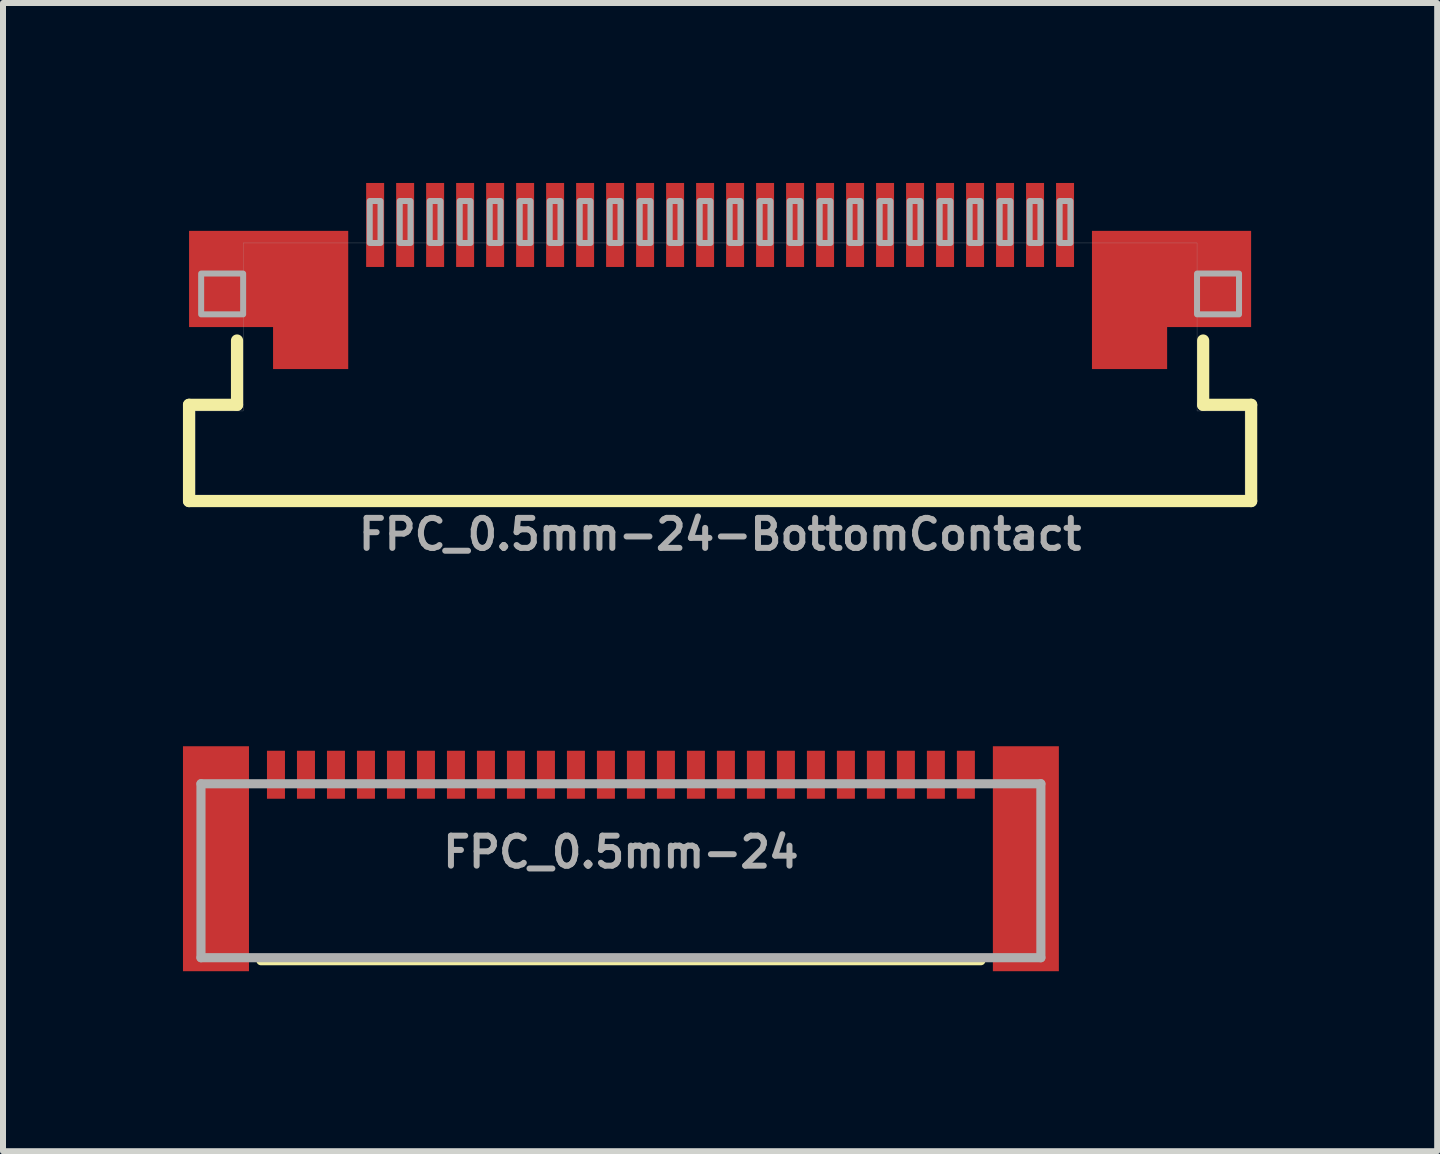
<source format=kicad_pcb>
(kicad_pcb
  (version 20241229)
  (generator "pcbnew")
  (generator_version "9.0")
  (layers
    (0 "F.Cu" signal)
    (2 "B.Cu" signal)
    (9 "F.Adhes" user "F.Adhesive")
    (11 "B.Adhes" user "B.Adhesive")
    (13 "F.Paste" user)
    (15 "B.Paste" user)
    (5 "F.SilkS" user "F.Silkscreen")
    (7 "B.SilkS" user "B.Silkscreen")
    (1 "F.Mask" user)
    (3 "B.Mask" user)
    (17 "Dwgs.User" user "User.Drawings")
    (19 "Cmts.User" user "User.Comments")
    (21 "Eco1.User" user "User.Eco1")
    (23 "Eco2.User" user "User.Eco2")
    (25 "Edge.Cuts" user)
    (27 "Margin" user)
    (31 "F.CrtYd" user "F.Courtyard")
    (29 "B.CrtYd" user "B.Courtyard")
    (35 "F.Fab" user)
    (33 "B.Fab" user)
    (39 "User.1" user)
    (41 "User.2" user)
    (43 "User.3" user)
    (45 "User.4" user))
  (footprint "FPC_0.5mm-24-BottomContact"
    (layer "F.Cu")
    (at 8.953 3.1)
    (property "Reference" "FPC_0.5mm-24-BottomContact" (at 0.001 2.464 0) (unlocked yes) (layer "F.Fab") (effects (font (size 0.5 0.5) (thickness 0.1)) (justify top)))
    (attr smd)
    (fp_line (start -8.852 0.598) (end -8.852 2.202) (stroke (width 0.203) (type solid)) (layer "F.SilkS"))
    (fp_line (start -8.852 2.202) (end 8.852 2.202) (stroke (width 0.203) (type solid)) (layer "F.SilkS"))
    (fp_line (start -8.052 -0.474) (end -8.052 0.598) (stroke (width 0.203) (type solid)) (layer "F.SilkS"))
    (fp_line (start -8.052 0.598) (end -8.852 0.598) (stroke (width 0.203) (type solid)) (layer "F.SilkS"))
    (fp_line (start 8.052 -0.474) (end 8.052 0.598) (stroke (width 0.203) (type solid)) (layer "F.SilkS"))
    (fp_line (start 8.052 0.598) (end 8.852 0.598) (stroke (width 0.203) (type solid)) (layer "F.SilkS"))
    (fp_line (start 8.852 0.598) (end 8.852 2.202) (stroke (width 0.203) (type solid)) (layer "F.SilkS"))
    (fp_line (start -8.75 0.7) (end -8.75 2.1) (stroke (width 0.003) (type solid)) (layer "F.Fab"))
    (fp_line (start -8.75 2.1) (end 8.75 2.1) (stroke (width 0.003) (type solid)) (layer "F.Fab"))
    (fp_line (start -7.95 -2.1) (end -7.95 0.7) (stroke (width 0.003) (type solid)) (layer "F.Fab"))
    (fp_line (start -7.95 0.7) (end -8.75 0.7) (stroke (width 0.003) (type solid)) (layer "F.Fab"))
    (fp_line (start 7.95 -2.1) (end -7.95 -2.1) (stroke (width 0.003) (type solid)) (layer "F.Fab"))
    (fp_line (start 7.95 0.7) (end 7.95 -2.1) (stroke (width 0.003) (type solid)) (layer "F.Fab"))
    (fp_line (start 8.75 0.7) (end 7.95 0.7) (stroke (width 0.003) (type solid)) (layer "F.Fab"))
    (fp_line (start 8.75 2.1) (end 8.75 0.7) (stroke (width 0.003) (type solid)) (layer "F.Fab"))
    (fp_poly (pts (xy -8.65 -0.91) (xy -7.95 -0.91) (xy -7.95 -1.59) (xy -8.65 -1.59)) (stroke (width 0.1) (type default)) (fill no) (layer "F.Fab"))
    (fp_poly (pts (xy -5.84 -2.1) (xy -5.66 -2.1) (xy -5.66 -2.8) (xy -5.84 -2.8)) (stroke (width 0.1) (type default)) (fill no) (layer "F.Fab"))
    (fp_poly (pts (xy -5.34 -2.1) (xy -5.16 -2.1) (xy -5.16 -2.8) (xy -5.34 -2.8)) (stroke (width 0.1) (type default)) (fill no) (layer "F.Fab"))
    (fp_poly (pts (xy -4.84 -2.1) (xy -4.66 -2.1) (xy -4.66 -2.8) (xy -4.84 -2.8)) (stroke (width 0.1) (type default)) (fill no) (layer "F.Fab"))
    (fp_poly (pts (xy -4.34 -2.1) (xy -4.16 -2.1) (xy -4.16 -2.8) (xy -4.34 -2.8)) (stroke (width 0.1) (type default)) (fill no) (layer "F.Fab"))
    (fp_poly (pts (xy -3.84 -2.1) (xy -3.66 -2.1) (xy -3.66 -2.8) (xy -3.84 -2.8)) (stroke (width 0.1) (type default)) (fill no) (layer "F.Fab"))
    (fp_poly (pts (xy -3.34 -2.1) (xy -3.16 -2.1) (xy -3.16 -2.8) (xy -3.34 -2.8)) (stroke (width 0.1) (type default)) (fill no) (layer "F.Fab"))
    (fp_poly (pts (xy -2.84 -2.1) (xy -2.66 -2.1) (xy -2.66 -2.8) (xy -2.84 -2.8)) (stroke (width 0.1) (type default)) (fill no) (layer "F.Fab"))
    (fp_poly (pts (xy -2.34 -2.1) (xy -2.16 -2.1) (xy -2.16 -2.8) (xy -2.34 -2.8)) (stroke (width 0.1) (type default)) (fill no) (layer "F.Fab"))
    (fp_poly (pts (xy -1.84 -2.1) (xy -1.66 -2.1) (xy -1.66 -2.8) (xy -1.84 -2.8)) (stroke (width 0.1) (type default)) (fill no) (layer "F.Fab"))
    (fp_poly (pts (xy -1.34 -2.1) (xy -1.16 -2.1) (xy -1.16 -2.8) (xy -1.34 -2.8)) (stroke (width 0.1) (type default)) (fill no) (layer "F.Fab"))
    (fp_poly (pts (xy -0.84 -2.1) (xy -0.66 -2.1) (xy -0.66 -2.8) (xy -0.84 -2.8)) (stroke (width 0.1) (type default)) (fill no) (layer "F.Fab"))
    (fp_poly (pts (xy -0.34 -2.1) (xy -0.16 -2.1) (xy -0.16 -2.8) (xy -0.34 -2.8)) (stroke (width 0.1) (type default)) (fill no) (layer "F.Fab"))
    (fp_poly (pts (xy 0.16 -2.1) (xy 0.34 -2.1) (xy 0.34 -2.8) (xy 0.16 -2.8)) (stroke (width 0.1) (type default)) (fill no) (layer "F.Fab"))
    (fp_poly (pts (xy 0.66 -2.1) (xy 0.84 -2.1) (xy 0.84 -2.8) (xy 0.66 -2.8)) (stroke (width 0.1) (type default)) (fill no) (layer "F.Fab"))
    (fp_poly (pts (xy 1.16 -2.1) (xy 1.34 -2.1) (xy 1.34 -2.8) (xy 1.16 -2.8)) (stroke (width 0.1) (type default)) (fill no) (layer "F.Fab"))
    (fp_poly (pts (xy 1.66 -2.1) (xy 1.84 -2.1) (xy 1.84 -2.8) (xy 1.66 -2.8)) (stroke (width 0.1) (type default)) (fill no) (layer "F.Fab"))
    (fp_poly (pts (xy 2.16 -2.1) (xy 2.34 -2.1) (xy 2.34 -2.8) (xy 2.16 -2.8)) (stroke (width 0.1) (type default)) (fill no) (layer "F.Fab"))
    (fp_poly (pts (xy 2.66 -2.1) (xy 2.84 -2.1) (xy 2.84 -2.8) (xy 2.66 -2.8)) (stroke (width 0.1) (type default)) (fill no) (layer "F.Fab"))
    (fp_poly (pts (xy 3.16 -2.1) (xy 3.34 -2.1) (xy 3.34 -2.8) (xy 3.16 -2.8)) (stroke (width 0.1) (type default)) (fill no) (layer "F.Fab"))
    (fp_poly (pts (xy 3.66 -2.1) (xy 3.84 -2.1) (xy 3.84 -2.8) (xy 3.66 -2.8)) (stroke (width 0.1) (type default)) (fill no) (layer "F.Fab"))
    (fp_poly (pts (xy 4.16 -2.1) (xy 4.34 -2.1) (xy 4.34 -2.8) (xy 4.16 -2.8)) (stroke (width 0.1) (type default)) (fill no) (layer "F.Fab"))
    (fp_poly (pts (xy 4.66 -2.1) (xy 4.84 -2.1) (xy 4.84 -2.8) (xy 4.66 -2.8)) (stroke (width 0.1) (type default)) (fill no) (layer "F.Fab"))
    (fp_poly (pts (xy 5.16 -2.1) (xy 5.34 -2.1) (xy 5.34 -2.8) (xy 5.16 -2.8)) (stroke (width 0.1) (type default)) (fill no) (layer "F.Fab"))
    (fp_poly (pts (xy 5.66 -2.1) (xy 5.84 -2.1) (xy 5.84 -2.8) (xy 5.66 -2.8)) (stroke (width 0.1) (type default)) (fill no) (layer "F.Fab"))
    (fp_poly (pts (xy 7.95 -0.91) (xy 8.65 -0.91) (xy 8.65 -1.59) (xy 7.95 -1.59)) (stroke (width 0.1) (type default)) (fill no) (layer "F.Fab"))
    (pad "1" smd rect (at 5.75 -2.4) (size 0.3 1.4) (layers "F.Cu" "F.Mask" "F.Paste"))
    (pad "2" smd rect (at 5.25 -2.4) (size 0.3 1.4) (layers "F.Cu" "F.Mask" "F.Paste"))
    (pad "3" smd rect (at 4.75 -2.4) (size 0.3 1.4) (layers "F.Cu" "F.Mask" "F.Paste"))
    (pad "4" smd rect (at 4.25 -2.4) (size 0.3 1.4) (layers "F.Cu" "F.Mask" "F.Paste"))
    (pad "5" smd rect (at 3.75 -2.4) (size 0.3 1.4) (layers "F.Cu" "F.Mask" "F.Paste"))
    (pad "6" smd rect (at 3.25 -2.4) (size 0.3 1.4) (layers "F.Cu" "F.Mask" "F.Paste"))
    (pad "7" smd rect (at 2.75 -2.4) (size 0.3 1.4) (layers "F.Cu" "F.Mask" "F.Paste"))
    (pad "8" smd rect (at 2.25 -2.4) (size 0.3 1.4) (layers "F.Cu" "F.Mask" "F.Paste"))
    (pad "9" smd rect (at 1.75 -2.4) (size 0.3 1.4) (layers "F.Cu" "F.Mask" "F.Paste"))
    (pad "10" smd rect (at 1.25 -2.4) (size 0.3 1.4) (layers "F.Cu" "F.Mask" "F.Paste"))
    (pad "11" smd rect (at 0.75 -2.4) (size 0.3 1.4) (layers "F.Cu" "F.Mask" "F.Paste"))
    (pad "12" smd rect (at 0.25 -2.4) (size 0.3 1.4) (layers "F.Cu" "F.Mask" "F.Paste"))
    (pad "13" smd rect (at -0.25 -2.4) (size 0.3 1.4) (layers "F.Cu" "F.Mask" "F.Paste"))
    (pad "14" smd rect (at -0.75 -2.4) (size 0.3 1.4) (layers "F.Cu" "F.Mask" "F.Paste"))
    (pad "15" smd rect (at -1.25 -2.4) (size 0.3 1.4) (layers "F.Cu" "F.Mask" "F.Paste"))
    (pad "16" smd rect (at -1.75 -2.4) (size 0.3 1.4) (layers "F.Cu" "F.Mask" "F.Paste"))
    (pad "17" smd rect (at -2.25 -2.4) (size 0.3 1.4) (layers "F.Cu" "F.Mask" "F.Paste"))
    (pad "18" smd rect (at -2.75 -2.4) (size 0.3 1.4) (layers "F.Cu" "F.Mask" "F.Paste"))
    (pad "19" smd rect (at -3.25 -2.4) (size 0.3 1.4) (layers "F.Cu" "F.Mask" "F.Paste"))
    (pad "20" smd rect (at -3.75 -2.4) (size 0.3 1.4) (layers "F.Cu" "F.Mask" "F.Paste"))
    (pad "21" smd rect (at -4.25 -2.4) (size 0.3 1.4) (layers "F.Cu" "F.Mask" "F.Paste"))
    (pad "22" smd rect (at -4.75 -2.4) (size 0.3 1.4) (layers "F.Cu" "F.Mask" "F.Paste"))
    (pad "23" smd rect (at -5.25 -2.4) (size 0.3 1.4) (layers "F.Cu" "F.Mask" "F.Paste"))
    (pad "24" smd rect (at -5.75 -2.4) (size 0.3 1.4) (layers "F.Cu" "F.Mask" "F.Paste"))
    (pad "MNT1" smd custom (at -6.825 -1.15) (size 1.25 2.3) (layers "F.Cu" "F.Mask" "F.Paste") (options (anchor rect)) (primitives (gr_poly (pts (xy 0.625 -1.15) (xy -2.025 -1.15) (xy -2.025 0.45) (xy -0.625 0.45) (xy -0.625 1.15) (xy 0.625 1.15)) (width 0.003) (fill yes))))
    (pad "MNT2" smd custom (at 6.825 -1.15) (size 1.25 2.3) (layers "F.Cu" "F.Mask" "F.Paste") (options (anchor rect)) (primitives (gr_poly (pts (xy 0.625 1.15) (xy 0.625 0.45) (xy 2.025 0.45) (xy 2.025 -1.15) (xy -0.625 -1.15) (xy -0.625 1.15)) (width 0.003) (fill yes)))))
  (footprint "FPC_0.5mm-24"
    (layer "F.Cu")
    (at 7.3 10.264)
    (property "Reference" "FPC_0.5mm-24" (at 0 0.889 0) (layer "F.Fab") (effects (font (size 0.5 0.5) (thickness 0.1) (bold yes))))
    (attr smd)
    (fp_line (start -6 2.7) (end 6 2.7) (stroke (width 0.152) (type solid)) (layer "F.SilkS"))
    (fp_line (start -7 -0.25) (end 7 -0.25) (stroke (width 0.152) (type solid)) (layer "F.Fab"))
    (fp_line (start -7 2.65) (end -7 -0.25) (stroke (width 0.152) (type solid)) (layer "F.Fab"))
    (fp_line (start 7 -0.25) (end 7 2.65) (stroke (width 0.152) (type solid)) (layer "F.Fab"))
    (fp_line (start 7 2.65) (end -7 2.65) (stroke (width 0.152) (type solid)) (layer "F.Fab"))
    (pad "1" smd rect (at 5.75 -0.4) (size 0.3 0.8) (layers "F.Cu" "F.Mask" "F.Paste"))
    (pad "2" smd rect (at 5.25 -0.4) (size 0.3 0.8) (layers "F.Cu" "F.Mask" "F.Paste"))
    (pad "3" smd rect (at 4.75 -0.4) (size 0.3 0.8) (layers "F.Cu" "F.Mask" "F.Paste"))
    (pad "4" smd rect (at 4.25 -0.4) (size 0.3 0.8) (layers "F.Cu" "F.Mask" "F.Paste"))
    (pad "5" smd rect (at 3.75 -0.4) (size 0.3 0.8) (layers "F.Cu" "F.Mask" "F.Paste"))
    (pad "6" smd rect (at 3.25 -0.4) (size 0.3 0.8) (layers "F.Cu" "F.Mask" "F.Paste"))
    (pad "7" smd rect (at 2.75 -0.4) (size 0.3 0.8) (layers "F.Cu" "F.Mask" "F.Paste"))
    (pad "8" smd rect (at 2.25 -0.4) (size 0.3 0.8) (layers "F.Cu" "F.Mask" "F.Paste"))
    (pad "9" smd rect (at 1.75 -0.4) (size 0.3 0.8) (layers "F.Cu" "F.Mask" "F.Paste"))
    (pad "10" smd rect (at 1.25 -0.4) (size 0.3 0.8) (layers "F.Cu" "F.Mask" "F.Paste"))
    (pad "11" smd rect (at 0.75 -0.4) (size 0.3 0.8) (layers "F.Cu" "F.Mask" "F.Paste"))
    (pad "12" smd rect (at 0.25 -0.4) (size 0.3 0.8) (layers "F.Cu" "F.Mask" "F.Paste"))
    (pad "13" smd rect (at -0.25 -0.4) (size 0.3 0.8) (layers "F.Cu" "F.Mask" "F.Paste"))
    (pad "14" smd rect (at -0.75 -0.4) (size 0.3 0.8) (layers "F.Cu" "F.Mask" "F.Paste"))
    (pad "15" smd rect (at -1.25 -0.4) (size 0.3 0.8) (layers "F.Cu" "F.Mask" "F.Paste"))
    (pad "16" smd rect (at -1.75 -0.4) (size 0.3 0.8) (layers "F.Cu" "F.Mask" "F.Paste"))
    (pad "17" smd rect (at -2.25 -0.4) (size 0.3 0.8) (layers "F.Cu" "F.Mask" "F.Paste"))
    (pad "18" smd rect (at -2.75 -0.4) (size 0.3 0.8) (layers "F.Cu" "F.Mask" "F.Paste"))
    (pad "19" smd rect (at -3.25 -0.4) (size 0.3 0.8) (layers "F.Cu" "F.Mask" "F.Paste"))
    (pad "20" smd rect (at -3.75 -0.4) (size 0.3 0.8) (layers "F.Cu" "F.Mask" "F.Paste"))
    (pad "21" smd rect (at -4.25 -0.4) (size 0.3 0.8) (layers "F.Cu" "F.Mask" "F.Paste"))
    (pad "22" smd rect (at -4.75 -0.4) (size 0.3 0.8) (layers "F.Cu" "F.Mask" "F.Paste"))
    (pad "23" smd rect (at -5.25 -0.4) (size 0.3 0.8) (layers "F.Cu" "F.Mask" "F.Paste"))
    (pad "24" smd rect (at -5.75 -0.4) (size 0.3 0.8) (layers "F.Cu" "F.Mask" "F.Paste"))
    (pad "MNT1" smd rect (at -6.75 1 90) (size 3.75 1.1) (layers "F.Cu" "F.Mask" "F.Paste"))
    (pad "MNT2" smd rect (at 6.75 1 90) (size 3.75 1.1) (layers "F.Cu" "F.Mask" "F.Paste"))
    (zone (net_name "") (layer "F.Cu") (hatch edge 0.5) (connect_pads) (min_thickness 0.25) (filled_areas_thickness no) (keepout (tracks not_allowed) (vias not_allowed) (pads not_allowed) (copperpour not_allowed) (footprints allowed)) (placement (enabled no)) (fill) (polygon (pts (xy 1.7 10.364) (xy 1.9 10.364) (xy 1.9 9.364) (xy 1.7 9.364))))
    (zone (net_name "") (layer "F.Cu") (hatch edge 0.5) (connect_pads) (min_thickness 0.25) (filled_areas_thickness no) (keepout (tracks not_allowed) (vias not_allowed) (pads not_allowed) (copperpour not_allowed) (footprints allowed)) (placement (enabled no)) (fill) (polygon (pts (xy 2.2 10.364) (xy 2.4 10.364) (xy 2.4 9.364) (xy 2.2 9.364))))
    (zone (net_name "") (layer "F.Cu") (hatch edge 0.5) (connect_pads) (min_thickness 0.25) (filled_areas_thickness no) (keepout (tracks not_allowed) (vias not_allowed) (pads not_allowed) (copperpour not_allowed) (footprints allowed)) (placement (enabled no)) (fill) (polygon (pts (xy 2.7 10.364) (xy 2.9 10.364) (xy 2.9 9.364) (xy 2.7 9.364))))
    (zone (net_name "") (layer "F.Cu") (hatch edge 0.5) (connect_pads) (min_thickness 0.25) (filled_areas_thickness no) (keepout (tracks not_allowed) (vias not_allowed) (pads not_allowed) (copperpour not_allowed) (footprints allowed)) (placement (enabled no)) (fill) (polygon (pts (xy 3.2 10.364) (xy 3.4 10.364) (xy 3.4 9.364) (xy 3.2 9.364))))
    (zone (net_name "") (layer "F.Cu") (hatch edge 0.5) (connect_pads) (min_thickness 0.25) (filled_areas_thickness no) (keepout (tracks not_allowed) (vias not_allowed) (pads not_allowed) (copperpour not_allowed) (footprints allowed)) (placement (enabled no)) (fill) (polygon (pts (xy 3.7 10.364) (xy 3.9 10.364) (xy 3.9 9.364) (xy 3.7 9.364))))
    (zone (net_name "") (layer "F.Cu") (hatch edge 0.5) (connect_pads) (min_thickness 0.25) (filled_areas_thickness no) (keepout (tracks not_allowed) (vias not_allowed) (pads not_allowed) (copperpour not_allowed) (footprints allowed)) (placement (enabled no)) (fill) (polygon (pts (xy 4.2 10.364) (xy 4.4 10.364) (xy 4.4 9.364) (xy 4.2 9.364))))
    (zone (net_name "") (layer "F.Cu") (hatch edge 0.5) (connect_pads) (min_thickness 0.25) (filled_areas_thickness no) (keepout (tracks not_allowed) (vias not_allowed) (pads not_allowed) (copperpour not_allowed) (footprints allowed)) (placement (enabled no)) (fill) (polygon (pts (xy 4.7 10.364) (xy 4.9 10.364) (xy 4.9 9.364) (xy 4.7 9.364))))
    (zone (net_name "") (layer "F.Cu") (hatch edge 0.5) (connect_pads) (min_thickness 0.25) (filled_areas_thickness no) (keepout (tracks not_allowed) (vias not_allowed) (pads not_allowed) (copperpour not_allowed) (footprints allowed)) (placement (enabled no)) (fill) (polygon (pts (xy 5.2 10.364) (xy 5.4 10.364) (xy 5.4 9.364) (xy 5.2 9.364))))
    (zone (net_name "") (layer "F.Cu") (hatch edge 0.5) (connect_pads) (min_thickness 0.25) (filled_areas_thickness no) (keepout (tracks not_allowed) (vias not_allowed) (pads not_allowed) (copperpour not_allowed) (footprints allowed)) (placement (enabled no)) (fill) (polygon (pts (xy 5.7 10.364) (xy 5.9 10.364) (xy 5.9 9.364) (xy 5.7 9.364))))
    (zone (net_name "") (layer "F.Cu") (hatch edge 0.5) (connect_pads) (min_thickness 0.25) (filled_areas_thickness no) (keepout (tracks not_allowed) (vias not_allowed) (pads not_allowed) (copperpour not_allowed) (footprints allowed)) (placement (enabled no)) (fill) (polygon (pts (xy 6.2 10.364) (xy 6.4 10.364) (xy 6.4 9.364) (xy 6.2 9.364))))
    (zone (net_name "") (layer "F.Cu") (hatch edge 0.5) (connect_pads) (min_thickness 0.25) (filled_areas_thickness no) (keepout (tracks not_allowed) (vias not_allowed) (pads not_allowed) (copperpour not_allowed) (footprints allowed)) (placement (enabled no)) (fill) (polygon (pts (xy 6.7 10.364) (xy 6.9 10.364) (xy 6.9 9.364) (xy 6.7 9.364))))
    (zone (net_name "") (layer "F.Cu") (hatch edge 0.5) (connect_pads) (min_thickness 0.25) (filled_areas_thickness no) (keepout (tracks not_allowed) (vias not_allowed) (pads not_allowed) (copperpour not_allowed) (footprints allowed)) (placement (enabled no)) (fill) (polygon (pts (xy 7.2 10.364) (xy 7.4 10.364) (xy 7.4 9.364) (xy 7.2 9.364))))
    (zone (net_name "") (layer "F.Cu") (hatch edge 0.5) (connect_pads) (min_thickness 0.25) (filled_areas_thickness no) (keepout (tracks not_allowed) (vias not_allowed) (pads not_allowed) (copperpour not_allowed) (footprints allowed)) (placement (enabled no)) (fill) (polygon (pts (xy 7.7 10.364) (xy 7.9 10.364) (xy 7.9 9.364) (xy 7.7 9.364))))
    (zone (net_name "") (layer "F.Cu") (hatch edge 0.5) (connect_pads) (min_thickness 0.25) (filled_areas_thickness no) (keepout (tracks not_allowed) (vias not_allowed) (pads not_allowed) (copperpour not_allowed) (footprints allowed)) (placement (enabled no)) (fill) (polygon (pts (xy 8.2 10.364) (xy 8.4 10.364) (xy 8.4 9.364) (xy 8.2 9.364))))
    (zone (net_name "") (layer "F.Cu") (hatch edge 0.5) (connect_pads) (min_thickness 0.25) (filled_areas_thickness no) (keepout (tracks not_allowed) (vias not_allowed) (pads not_allowed) (copperpour not_allowed) (footprints allowed)) (placement (enabled no)) (fill) (polygon (pts (xy 8.7 10.364) (xy 8.9 10.364) (xy 8.9 9.364) (xy 8.7 9.364))))
    (zone (net_name "") (layer "F.Cu") (hatch edge 0.5) (connect_pads) (min_thickness 0.25) (filled_areas_thickness no) (keepout (tracks not_allowed) (vias not_allowed) (pads not_allowed) (copperpour not_allowed) (footprints allowed)) (placement (enabled no)) (fill) (polygon (pts (xy 9.2 10.364) (xy 9.4 10.364) (xy 9.4 9.364) (xy 9.2 9.364))))
    (zone (net_name "") (layer "F.Cu") (hatch edge 0.5) (connect_pads) (min_thickness 0.25) (filled_areas_thickness no) (keepout (tracks not_allowed) (vias not_allowed) (pads not_allowed) (copperpour not_allowed) (footprints allowed)) (placement (enabled no)) (fill) (polygon (pts (xy 9.7 10.364) (xy 9.9 10.364) (xy 9.9 9.364) (xy 9.7 9.364))))
    (zone (net_name "") (layer "F.Cu") (hatch edge 0.5) (connect_pads) (min_thickness 0.25) (filled_areas_thickness no) (keepout (tracks not_allowed) (vias not_allowed) (pads not_allowed) (copperpour not_allowed) (footprints allowed)) (placement (enabled no)) (fill) (polygon (pts (xy 10.2 10.364) (xy 10.4 10.364) (xy 10.4 9.364) (xy 10.2 9.364))))
    (zone (net_name "") (layer "F.Cu") (hatch edge 0.5) (connect_pads) (min_thickness 0.25) (filled_areas_thickness no) (keepout (tracks not_allowed) (vias not_allowed) (pads not_allowed) (copperpour not_allowed) (footprints allowed)) (placement (enabled no)) (fill) (polygon (pts (xy 10.7 10.364) (xy 10.9 10.364) (xy 10.9 9.364) (xy 10.7 9.364))))
    (zone (net_name "") (layer "F.Cu") (hatch edge 0.5) (connect_pads) (min_thickness 0.25) (filled_areas_thickness no) (keepout (tracks not_allowed) (vias not_allowed) (pads not_allowed) (copperpour not_allowed) (footprints allowed)) (placement (enabled no)) (fill) (polygon (pts (xy 11.2 10.364) (xy 11.4 10.364) (xy 11.4 9.364) (xy 11.2 9.364))))
    (zone (net_name "") (layer "F.Cu") (hatch edge 0.5) (connect_pads) (min_thickness 0.25) (filled_areas_thickness no) (keepout (tracks not_allowed) (vias not_allowed) (pads not_allowed) (copperpour not_allowed) (footprints allowed)) (placement (enabled no)) (fill) (polygon (pts (xy 11.7 10.364) (xy 11.9 10.364) (xy 11.9 9.364) (xy 11.7 9.364))))
    (zone (net_name "") (layer "F.Cu") (hatch edge 0.5) (connect_pads) (min_thickness 0.25) (filled_areas_thickness no) (keepout (tracks not_allowed) (vias not_allowed) (pads not_allowed) (copperpour not_allowed) (footprints allowed)) (placement (enabled no)) (fill) (polygon (pts (xy 12.2 10.364) (xy 12.4 10.364) (xy 12.4 9.364) (xy 12.2 9.364))))
    (zone (net_name "") (layer "F.Cu") (hatch edge 0.5) (connect_pads) (min_thickness 0.25) (filled_areas_thickness no) (keepout (tracks not_allowed) (vias not_allowed) (pads not_allowed) (copperpour not_allowed) (footprints allowed)) (placement (enabled no)) (fill) (polygon (pts (xy 12.7 10.364) (xy 12.9 10.364) (xy 12.9 9.364) (xy 12.7 9.364)))))
  (gr_rect
    (start -3 -3)
    (end 20.906 16.139)
    (stroke (width 0.1) (type default))
    (fill no)
    (layer "Edge.Cuts")))
</source>
